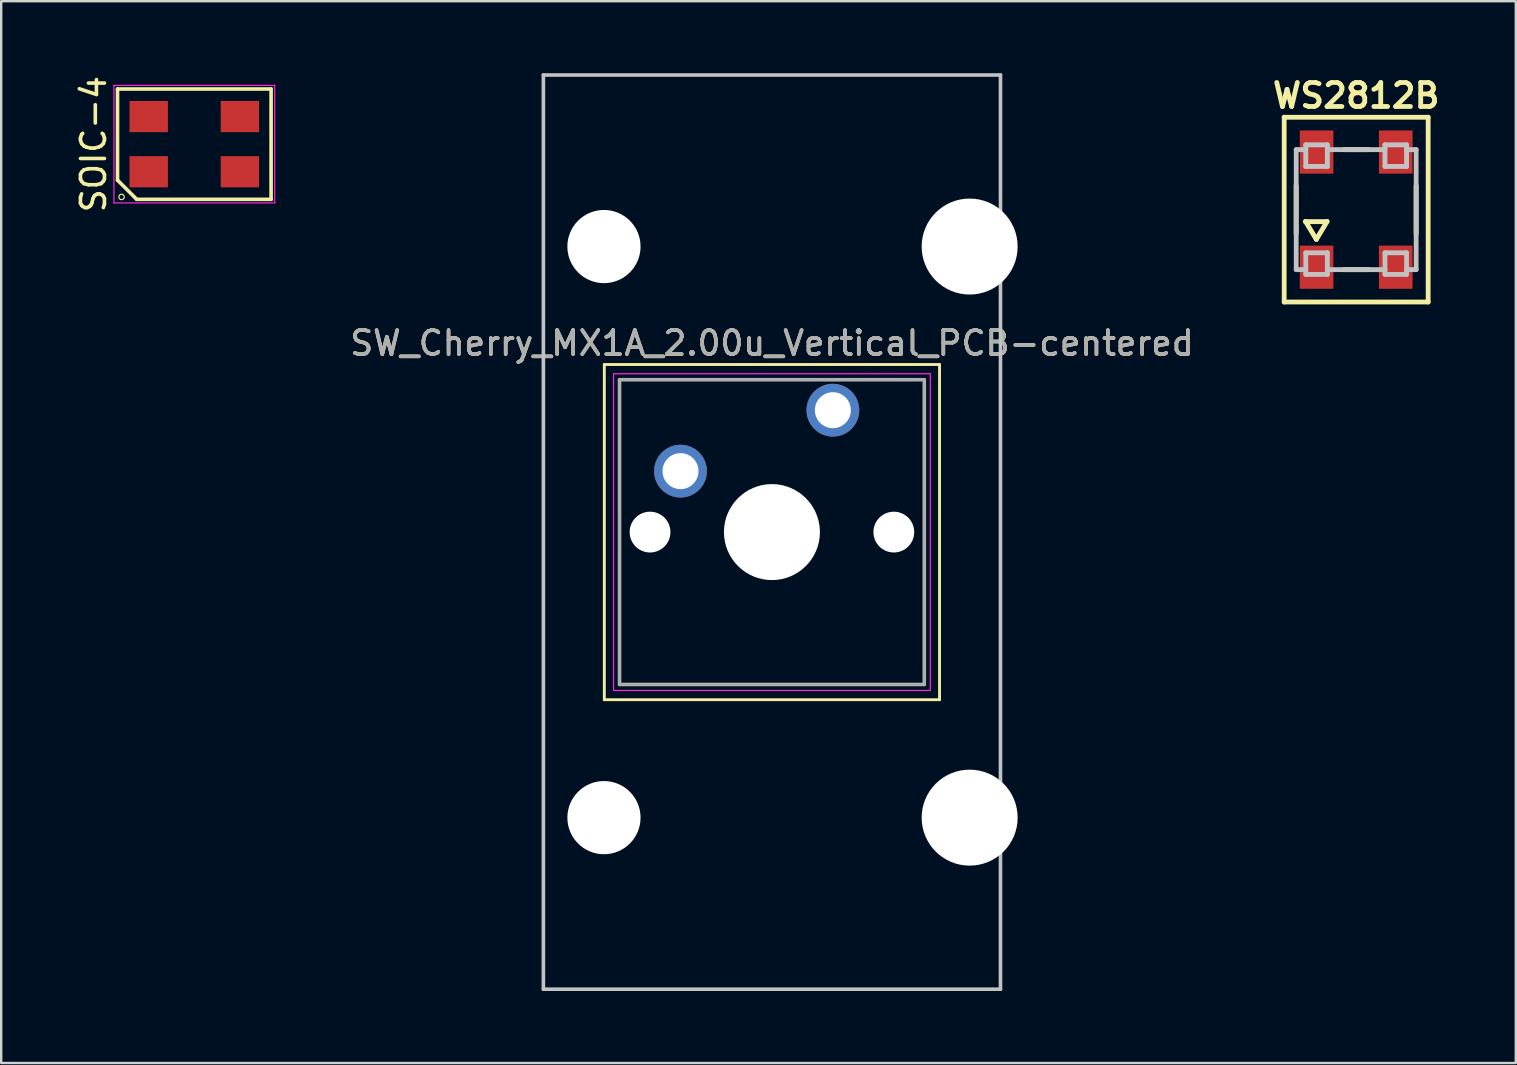
<source format=kicad_pcb>
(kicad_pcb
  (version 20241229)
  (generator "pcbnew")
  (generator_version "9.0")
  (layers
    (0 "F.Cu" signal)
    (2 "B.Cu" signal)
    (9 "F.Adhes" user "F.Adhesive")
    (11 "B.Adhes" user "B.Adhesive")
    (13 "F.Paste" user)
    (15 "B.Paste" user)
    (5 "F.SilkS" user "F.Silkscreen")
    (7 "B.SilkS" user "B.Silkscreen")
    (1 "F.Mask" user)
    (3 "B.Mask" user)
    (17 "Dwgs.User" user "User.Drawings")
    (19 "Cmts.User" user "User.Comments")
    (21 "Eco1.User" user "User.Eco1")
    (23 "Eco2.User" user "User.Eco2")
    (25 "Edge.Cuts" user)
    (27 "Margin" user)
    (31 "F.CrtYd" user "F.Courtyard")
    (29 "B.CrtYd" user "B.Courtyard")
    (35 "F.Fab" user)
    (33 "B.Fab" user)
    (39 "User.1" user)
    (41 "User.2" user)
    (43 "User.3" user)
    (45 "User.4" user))
  (footprint "SOIC-4"
    (layer "F.Cu")
    (at 5.048 2.958)
    (property "Reference" "SOIC-4" (at -4.2 0 90) (layer "F.SilkS") (effects (font (size 1 1) (thickness 0.15))))
    (attr smd)
    (fp_line (start -3.2 -2.3) (end 3.2 -2.3) (stroke (width 0.15) (type solid)) (layer "F.SilkS"))
    (fp_line (start -3.2 1.5) (end -3.2 -2.3) (stroke (width 0.15) (type solid)) (layer "F.SilkS"))
    (fp_line (start -2.4 2.3) (end -3.2 1.5) (stroke (width 0.15) (type solid)) (layer "F.SilkS"))
    (fp_line (start 3.2 -2.3) (end 3.2 2.3) (stroke (width 0.15) (type solid)) (layer "F.SilkS"))
    (fp_line (start 3.2 2.3) (end -2.4 2.3) (stroke (width 0.15) (type solid)) (layer "F.SilkS"))
    (fp_circle (center -3.033 2.2) (end -2.92 2.2) (stroke (width 0.05) (type solid)) (fill no) (layer "F.SilkS"))
    (fp_line (start -3.35 -2.45) (end 3.35 -2.45) (stroke (width 0.05) (type solid)) (layer "F.CrtYd"))
    (fp_line (start -3.35 2.45) (end -3.35 -2.45) (stroke (width 0.05) (type solid)) (layer "F.CrtYd"))
    (fp_line (start 3.35 -2.45) (end 3.35 2.45) (stroke (width 0.05) (type solid)) (layer "F.CrtYd"))
    (fp_line (start 3.35 2.45) (end -3.35 2.45) (stroke (width 0.05) (type solid)) (layer "F.CrtYd"))
    (pad "1" smd rect (at -1.9 1.15) (size 1.6 1.3) (layers "F.Cu" "F.Mask" "F.Paste"))
    (pad "2" smd rect (at 1.9 1.15) (size 1.6 1.3) (layers "F.Cu" "F.Mask" "F.Paste"))
    (pad "3" smd rect (at 1.9 -1.15) (size 1.6 1.3) (layers "F.Cu" "F.Mask" "F.Paste"))
    (pad "4" smd rect (at -1.9 -1.15) (size 1.6 1.3) (layers "F.Cu" "F.Mask" "F.Paste")))
  (footprint "SW_Cherry_MX1A_2.00u_Vertical_PCB-centered"
    (layer "F.Cu")
    (at 29.12 19.125)
    (property "Reference" "SW_Cherry_MX1A_2.00u_Vertical_PCB-centered" (at 0 -7.874 0) (layer "F.SilkS") (effects (font (size 1 1) (thickness 0.15))))
    (attr through_hole)
    (fp_line (start -6.985 -6.985) (end 6.985 -6.985) (stroke (width 0.12) (type solid)) (layer "F.SilkS"))
    (fp_line (start -6.985 6.985) (end -6.985 -6.985) (stroke (width 0.12) (type solid)) (layer "F.SilkS"))
    (fp_line (start 6.985 -6.985) (end 6.985 6.985) (stroke (width 0.12) (type solid)) (layer "F.SilkS"))
    (fp_line (start 6.985 6.985) (end -6.985 6.985) (stroke (width 0.12) (type solid)) (layer "F.SilkS"))
    (fp_line (start -9.525 -19.05) (end 9.525 -19.05) (stroke (width 0.15) (type solid)) (layer "Dwgs.User"))
    (fp_line (start -9.525 19.05) (end -9.525 -19.05) (stroke (width 0.15) (type solid)) (layer "Dwgs.User"))
    (fp_line (start 9.525 -19.05) (end 9.525 19.05) (stroke (width 0.15) (type solid)) (layer "Dwgs.User"))
    (fp_line (start 9.525 19.05) (end -9.525 19.05) (stroke (width 0.15) (type solid)) (layer "Dwgs.User"))
    (fp_line (start -6.6 -6.6) (end 6.6 -6.6) (stroke (width 0.05) (type solid)) (layer "F.CrtYd"))
    (fp_line (start -6.6 6.6) (end -6.6 -6.6) (stroke (width 0.05) (type solid)) (layer "F.CrtYd"))
    (fp_line (start 6.6 -6.6) (end 6.6 6.6) (stroke (width 0.05) (type solid)) (layer "F.CrtYd"))
    (fp_line (start 6.6 6.6) (end -6.6 6.6) (stroke (width 0.05) (type solid)) (layer "F.CrtYd"))
    (fp_line (start -6.35 -6.35) (end 6.35 -6.35) (stroke (width 0.15) (type solid)) (layer "F.Fab"))
    (fp_line (start -6.35 6.35) (end -6.35 -6.35) (stroke (width 0.15) (type solid)) (layer "F.Fab"))
    (fp_line (start 6.35 -6.35) (end 6.35 6.35) (stroke (width 0.15) (type solid)) (layer "F.Fab"))
    (fp_line (start 6.35 6.35) (end -6.35 6.35) (stroke (width 0.15) (type solid)) (layer "F.Fab"))
    (fp_text user "${REFERENCE}" (at 0 -7.874 0) (layer "F.Fab") (effects (font (size 1 1) (thickness 0.15))))
    (pad "" np_thru_hole circle (at -7 -11.9) (size 3.05 3.05) (drill 3.05) (layers "*.Cu" "*.Mask"))
    (pad "" np_thru_hole circle (at -7 11.9) (size 3.05 3.05) (drill 3.05) (layers "*.Cu" "*.Mask"))
    (pad "" np_thru_hole circle (at -5.08 0) (size 1.7 1.7) (drill 1.7) (layers "*.Cu" "*.Mask"))
    (pad "" np_thru_hole circle (at 0 0) (size 4 4) (drill 4) (layers "*.Cu" "*.Mask"))
    (pad "" np_thru_hole circle (at 5.08 0) (size 1.7 1.7) (drill 1.7) (layers "*.Cu" "*.Mask"))
    (pad "" np_thru_hole circle (at 8.24 -11.9) (size 4 4) (drill 4) (layers "*.Cu" "*.Mask"))
    (pad "" np_thru_hole circle (at 8.24 11.9) (size 4 4) (drill 4) (layers "*.Cu" "*.Mask"))
    (pad "1" thru_hole circle (at 2.54 -5.08) (size 2.2 2.2) (drill 1.5) (layers "*.Cu" "*.Mask"))
    (pad "2" thru_hole circle (at -3.81 -2.54) (size 2.2 2.2) (drill 1.5) (layers "*.Cu" "*.Mask")))
  (footprint "WS2812B"
    (layer "F.Cu")
    (at 53.468 5.686)
    (property "Reference" "WS2812B" (at 0 -4.75 0) (layer "F.SilkS") (effects (font (size 1 1) (thickness 0.2))))
    (attr through_hole)
    (fp_line (start -3 -3.85) (end 3 -3.85) (stroke (width 0.2) (type solid)) (layer "F.SilkS"))
    (fp_line (start -3 3.85) (end -3 -3.85) (stroke (width 0.2) (type solid)) (layer "F.SilkS"))
    (fp_line (start -2.5 -1) (end -2.5 1) (stroke (width 0.203) (type solid)) (layer "F.SilkS"))
    (fp_line (start -2.12 0.5) (end -1.22 0.5) (stroke (width 0.203) (type solid)) (layer "F.SilkS"))
    (fp_line (start -1.66 1.24) (end -2.11 0.49) (stroke (width 0.203) (type solid)) (layer "F.SilkS"))
    (fp_line (start -1.21 0.49) (end -1.66 1.24) (stroke (width 0.203) (type solid)) (layer "F.SilkS"))
    (fp_line (start -0.5 -2.5) (end 0.5 -2.5) (stroke (width 0.203) (type solid)) (layer "F.SilkS"))
    (fp_line (start -0.5 2.5) (end 0.5 2.5) (stroke (width 0.203) (type solid)) (layer "F.SilkS"))
    (fp_line (start 2.5 -1) (end 2.5 1) (stroke (width 0.203) (type solid)) (layer "F.SilkS"))
    (fp_line (start 3 -3.85) (end 3 3.85) (stroke (width 0.2) (type solid)) (layer "F.SilkS"))
    (fp_line (start 3 3.85) (end -3 3.85) (stroke (width 0.2) (type solid)) (layer "F.SilkS"))
    (fp_line (start -2.5 -2.5) (end -2.1 -2.5) (stroke (width 0.203) (type solid)) (layer "Dwgs.User"))
    (fp_line (start -2.5 2.5) (end -2.1 2.5) (stroke (width 0.203) (type solid)) (layer "Dwgs.User"))
    (fp_line (start -2.499 2.499) (end -2.499 -2.499) (stroke (width 0.2) (type solid)) (layer "Dwgs.User"))
    (fp_line (start -2.1 -2.7) (end -1.2 -2.7) (stroke (width 0.203) (type solid)) (layer "Dwgs.User"))
    (fp_line (start -2.1 -1.8) (end -2.1 -2.7) (stroke (width 0.203) (type solid)) (layer "Dwgs.User"))
    (fp_line (start -2.1 1.8) (end -1.2 1.8) (stroke (width 0.2) (type solid)) (layer "Dwgs.User"))
    (fp_line (start -2.1 2.7) (end -2.1 1.8) (stroke (width 0.2) (type solid)) (layer "Dwgs.User"))
    (fp_line (start -1.2 -2.7) (end -1.2 -1.8) (stroke (width 0.203) (type solid)) (layer "Dwgs.User"))
    (fp_line (start -1.2 -2.5) (end 1.2 -2.5) (stroke (width 0.203) (type solid)) (layer "Dwgs.User"))
    (fp_line (start -1.2 -1.8) (end -2.1 -1.8) (stroke (width 0.203) (type solid)) (layer "Dwgs.User"))
    (fp_line (start -1.2 1.8) (end -1.2 2.7) (stroke (width 0.2) (type solid)) (layer "Dwgs.User"))
    (fp_line (start -1.2 2.5) (end 1.2 2.5) (stroke (width 0.203) (type solid)) (layer "Dwgs.User"))
    (fp_line (start -1.2 2.7) (end -2.1 2.7) (stroke (width 0.2) (type solid)) (layer "Dwgs.User"))
    (fp_line (start 1.2 -2.7) (end 1.2 -1.8) (stroke (width 0.203) (type solid)) (layer "Dwgs.User"))
    (fp_line (start 1.2 -1.8) (end 2.1 -1.8) (stroke (width 0.203) (type solid)) (layer "Dwgs.User"))
    (fp_line (start 1.2 1.8) (end 2.1 1.8) (stroke (width 0.2) (type solid)) (layer "Dwgs.User"))
    (fp_line (start 1.2 2.7) (end 1.2 1.8) (stroke (width 0.2) (type solid)) (layer "Dwgs.User"))
    (fp_line (start 2.1 -2.7) (end 1.2 -2.7) (stroke (width 0.203) (type solid)) (layer "Dwgs.User"))
    (fp_line (start 2.1 -2.5) (end 2.5 -2.5) (stroke (width 0.203) (type solid)) (layer "Dwgs.User"))
    (fp_line (start 2.1 -1.8) (end 2.1 -2.7) (stroke (width 0.203) (type solid)) (layer "Dwgs.User"))
    (fp_line (start 2.1 1.8) (end 2.1 2.7) (stroke (width 0.2) (type solid)) (layer "Dwgs.User"))
    (fp_line (start 2.1 2.5) (end 2.5 2.5) (stroke (width 0.203) (type solid)) (layer "Dwgs.User"))
    (fp_line (start 2.1 2.7) (end 1.2 2.7) (stroke (width 0.2) (type solid)) (layer "Dwgs.User"))
    (fp_line (start 2.5 -2.5) (end 2.5 2.5) (stroke (width 0.2) (type solid)) (layer "Dwgs.User"))
    (pad "1" smd rect (at 1.65 -2.4) (size 1.4 1.8) (layers "F.Cu" "F.Mask" "F.Paste"))
    (pad "2" smd rect (at -1.65 -2.4) (size 1.4 1.8) (layers "F.Cu" "F.Mask" "F.Paste"))
    (pad "3" smd rect (at -1.65 2.4) (size 1.4 1.8) (layers "F.Cu" "F.Mask" "F.Paste"))
    (pad "4" smd rect (at 1.65 2.4) (size 1.4 1.8) (layers "F.Cu" "F.Mask" "F.Paste")))
  (gr_rect
    (start -3 -3)
    (end 60.121 41.25)
    (stroke (width 0.1) (type default))
    (fill no)
    (layer "Edge.Cuts")))
</source>
